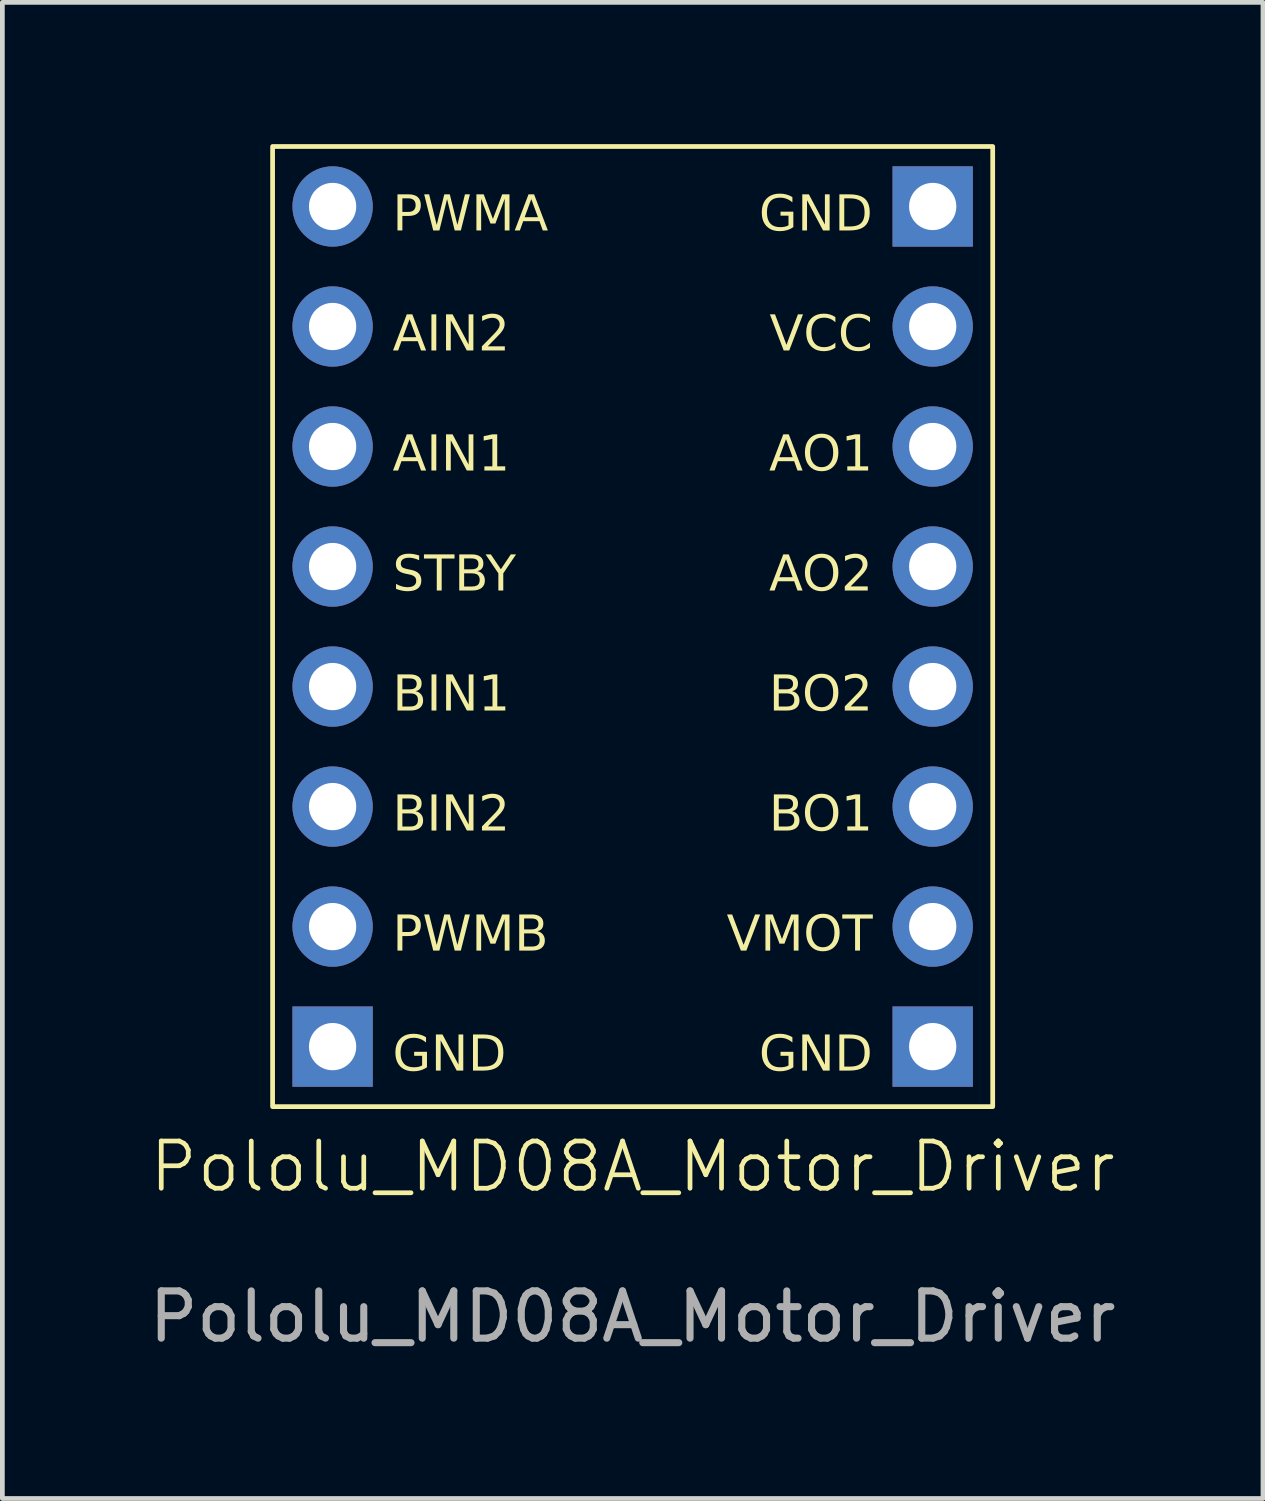
<source format=kicad_pcb>
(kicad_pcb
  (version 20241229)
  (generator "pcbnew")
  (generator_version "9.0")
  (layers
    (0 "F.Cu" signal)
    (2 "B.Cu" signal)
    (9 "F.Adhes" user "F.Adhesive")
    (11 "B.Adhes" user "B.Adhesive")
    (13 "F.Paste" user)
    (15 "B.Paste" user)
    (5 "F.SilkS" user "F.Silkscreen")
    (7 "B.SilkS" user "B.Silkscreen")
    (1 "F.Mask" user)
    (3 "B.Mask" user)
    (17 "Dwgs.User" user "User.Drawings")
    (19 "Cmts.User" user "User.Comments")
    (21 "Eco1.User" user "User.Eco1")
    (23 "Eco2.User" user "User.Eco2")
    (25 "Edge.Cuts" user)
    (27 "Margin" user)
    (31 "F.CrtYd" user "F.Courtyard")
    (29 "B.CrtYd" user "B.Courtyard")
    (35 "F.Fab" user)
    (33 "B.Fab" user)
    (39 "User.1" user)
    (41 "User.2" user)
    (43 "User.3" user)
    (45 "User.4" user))
  (footprint "Pololu_MD08A_Motor_Driver"
    (layer "F.Cu")
    (at 10.339 10.21)
    (property "Reference" "Pololu_MD08A_Motor_Driver" (at 0 11.43 0) (unlocked yes) (layer "F.SilkS") (effects (font (size 1 1) (thickness 0.1))))
    (attr through_hole)
    (fp_rect (start -7.62 -10.16) (end 7.62 10.16) (stroke (width 0.1) (type default)) (fill no) (layer "F.SilkS"))
    (fp_text user "PWMA" (at -5.08 -8.255 0) (unlocked yes) (layer "F.SilkS") (effects (font (face "Roboto Slab") (size 0.75 0.75) (thickness 0.1)) (justify left bottom)))
    (fp_text user "GND" (at 5.08 -8.255 0) (unlocked yes) (layer "F.SilkS") (effects (font (face "Roboto Slab") (size 0.75 0.75) (thickness 0.1)) (justify right bottom)))
    (fp_text user "VMOT" (at 5.08 6.985 0) (unlocked yes) (layer "F.SilkS") (effects (font (face "Roboto Slab") (size 0.75 0.75) (thickness 0.1)) (justify right bottom)))
    (fp_text user "GND" (at 5.08 9.525 0) (unlocked yes) (layer "F.SilkS") (effects (font (face "Roboto Slab") (size 0.75 0.75) (thickness 0.1)) (justify right bottom)))
    (fp_text user "PWMB" (at -5.08 6.985 0) (unlocked yes) (layer "F.SilkS") (effects (font (face "Roboto Slab") (size 0.75 0.75) (thickness 0.1)) (justify left bottom)))
    (fp_text user "BO1" (at 5.08 4.445 0) (unlocked yes) (layer "F.SilkS") (effects (font (face "Roboto Slab") (size 0.75 0.75) (thickness 0.1)) (justify right bottom)))
    (fp_text user "BIN1" (at -5.08 1.905 0) (unlocked yes) (layer "F.SilkS") (effects (font (face "Roboto Slab") (size 0.75 0.75) (thickness 0.1)) (justify left bottom)))
    (fp_text user "BIN2" (at -5.08 4.445 0) (unlocked yes) (layer "F.SilkS") (effects (font (face "Roboto Slab") (size 0.75 0.75) (thickness 0.1)) (justify left bottom)))
    (fp_text user "AIN2" (at -5.08 -5.715 0) (unlocked yes) (layer "F.SilkS") (effects (font (face "Roboto Slab") (size 0.75 0.75) (thickness 0.1)) (justify left bottom)))
    (fp_text user "STBY" (at -5.08 -0.635 0) (unlocked yes) (layer "F.SilkS") (effects (font (face "Roboto Slab") (size 0.75 0.75) (thickness 0.1)) (justify left bottom)))
    (fp_text user "AO2" (at 5.08 -0.635 0) (unlocked yes) (layer "F.SilkS") (effects (font (face "Roboto Slab") (size 0.75 0.75) (thickness 0.1)) (justify right bottom)))
    (fp_text user "GND" (at -5.08 9.525 0) (unlocked yes) (layer "F.SilkS") (effects (font (face "Roboto Slab") (size 0.75 0.75) (thickness 0.1)) (justify left bottom)))
    (fp_text user "BO2" (at 5.08 1.905 0) (unlocked yes) (layer "F.SilkS") (effects (font (face "Roboto Slab") (size 0.75 0.75) (thickness 0.1)) (justify right bottom)))
    (fp_text user "AO1" (at 5.08 -3.175 0) (unlocked yes) (layer "F.SilkS") (effects (font (face "Roboto Slab") (size 0.75 0.75) (thickness 0.1)) (justify right bottom)))
    (fp_text user "VCC" (at 5.08 -5.715 0) (unlocked yes) (layer "F.SilkS") (effects (font (face "Roboto Slab") (size 0.75 0.75) (thickness 0.1)) (justify right bottom)))
    (fp_text user "AIN1" (at -5.08 -3.175 0) (unlocked yes) (layer "F.SilkS") (effects (font (face "Roboto Slab") (size 0.75 0.75) (thickness 0.1)) (justify left bottom)))
    (fp_text user "${REFERENCE}" (at 0 14.605 0) (unlocked yes) (layer "F.Fab") (effects (font (size 1 1) (thickness 0.15))))
    (pad "1" thru_hole oval (at -6.35 -8.89) (size 1.7 1.7) (drill 1) (layers "*.Cu" "*.Mask"))
    (pad "2" thru_hole oval (at -6.35 -6.35) (size 1.7 1.7) (drill 1) (layers "*.Cu" "*.Mask"))
    (pad "3" thru_hole oval (at -6.35 -3.81) (size 1.7 1.7) (drill 1) (layers "*.Cu" "*.Mask"))
    (pad "4" thru_hole oval (at -6.35 -1.27) (size 1.7 1.7) (drill 1) (layers "*.Cu" "*.Mask"))
    (pad "5" thru_hole oval (at -6.35 1.27) (size 1.7 1.7) (drill 1) (layers "*.Cu" "*.Mask"))
    (pad "6" thru_hole oval (at -6.35 3.81) (size 1.7 1.7) (drill 1) (layers "*.Cu" "*.Mask"))
    (pad "7" thru_hole oval (at -6.35 6.35) (size 1.7 1.7) (drill 1) (layers "*.Cu" "*.Mask"))
    (pad "8" thru_hole rect (at -6.35 8.89) (size 1.7 1.7) (drill 1) (layers "*.Cu" "*.Mask"))
    (pad "9" thru_hole rect (at 6.35 8.89) (size 1.7 1.7) (drill 1) (layers "*.Cu" "*.Mask"))
    (pad "10" thru_hole oval (at 6.35 6.35) (size 1.7 1.7) (drill 1) (layers "*.Cu" "*.Mask"))
    (pad "11" thru_hole oval (at 6.35 3.81) (size 1.7 1.7) (drill 1) (layers "*.Cu" "*.Mask"))
    (pad "12" thru_hole oval (at 6.35 1.27) (size 1.7 1.7) (drill 1) (layers "*.Cu" "*.Mask"))
    (pad "13" thru_hole oval (at 6.35 -1.27) (size 1.7 1.7) (drill 1) (layers "*.Cu" "*.Mask"))
    (pad "14" thru_hole oval (at 6.35 -3.81) (size 1.7 1.7) (drill 1) (layers "*.Cu" "*.Mask"))
    (pad "15" thru_hole oval (at 6.35 -6.35) (size 1.7 1.7) (drill 1) (layers "*.Cu" "*.Mask"))
    (pad "16" thru_hole rect (at 6.35 -8.89) (size 1.7 1.7) (drill 1) (layers "*.Cu" "*.Mask")))
  (gr_rect
    (start -3 -3)
    (end 23.679 28.663)
    (stroke (width 0.1) (type default))
    (fill no)
    (layer "Edge.Cuts")))
</source>
